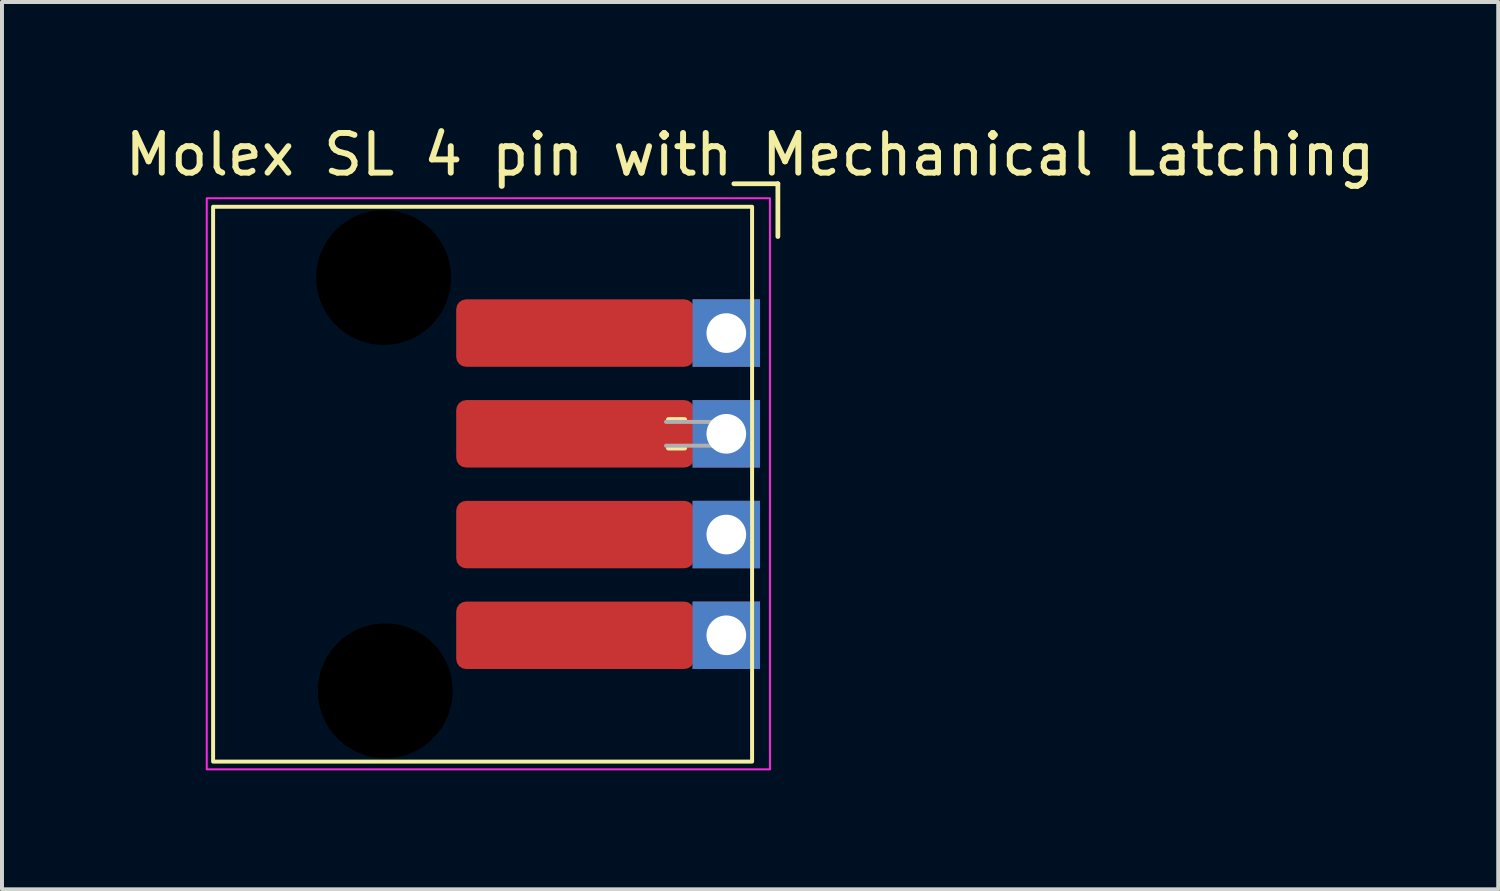
<source format=kicad_pcb>
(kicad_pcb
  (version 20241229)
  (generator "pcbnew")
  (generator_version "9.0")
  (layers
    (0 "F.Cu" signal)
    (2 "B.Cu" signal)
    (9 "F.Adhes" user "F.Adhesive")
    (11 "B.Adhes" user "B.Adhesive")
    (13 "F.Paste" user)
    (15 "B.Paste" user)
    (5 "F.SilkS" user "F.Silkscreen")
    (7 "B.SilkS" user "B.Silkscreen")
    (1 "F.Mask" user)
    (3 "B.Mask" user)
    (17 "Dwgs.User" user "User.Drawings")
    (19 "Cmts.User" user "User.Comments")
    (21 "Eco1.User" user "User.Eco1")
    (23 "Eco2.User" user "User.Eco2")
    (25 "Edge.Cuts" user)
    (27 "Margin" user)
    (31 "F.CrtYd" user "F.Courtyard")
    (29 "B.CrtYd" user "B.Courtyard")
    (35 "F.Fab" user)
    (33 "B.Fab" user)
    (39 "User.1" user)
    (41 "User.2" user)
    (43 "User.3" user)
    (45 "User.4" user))
  (footprint "Molex SL 4 pin with Mechanical Latching"
    (layer "F.Cu")
    (at 15.263 5.348)
    (property "Reference" "Molex SL 4 pin with Mechanical Latching" (at 0.6 -4.5 180) (layer "F.SilkS") (effects (font (size 1 1) (thickness 0.15))))
    (attr through_hole)
    (fp_line (start -1.46 2.18) (end -1.05 2.18) (stroke (width 0.12) (type solid)) (layer "F.SilkS"))
    (fp_line (start -1.46 2.9) (end -1.05 2.9) (stroke (width 0.12) (type solid)) (layer "F.SilkS"))
    (fp_line (start 0.19 -3.765) (end 1.3 -3.765) (stroke (width 0.12) (type solid)) (layer "F.SilkS"))
    (fp_line (start 1.3 -3.765) (end 1.3 -2.435) (stroke (width 0.12) (type solid)) (layer "F.SilkS"))
    (fp_rect (start -12.94 -3.185) (end 0.65 10.805) (stroke (width 0.1) (type default)) (fill no) (layer "F.SilkS"))
    (fp_rect (start -13.1 -3.4) (end 1.1 11) (stroke (width 0.05) (type default)) (fill no) (layer "F.CrtYd"))
    (fp_line (start -1.52 2.84) (end 0 2.84) (stroke (width 0.1) (type solid)) (layer "F.Fab"))
    (fp_line (start 0 0.3) (end 0 -0.3) (stroke (width 0.1) (type solid)) (layer "F.Fab"))
    (fp_line (start 0 2.24) (end -1.52 2.24) (stroke (width 0.1) (type solid)) (layer "F.Fab"))
    (fp_line (start 0 2.84) (end 0 2.24) (stroke (width 0.1) (type solid)) (layer "F.Fab"))
    (pad "" np_thru_hole circle (at -8.64 -1.4) (size 3.4 3.4) (drill 3.4) (layers "*.Mask"))
    (pad "" np_thru_hole circle (at -8.6 9.02) (size 3.4 3.4) (drill 3.4) (layers "*.Mask"))
    (pad "1" smd roundrect (at -3.81 0) (size 6 1.7) (layers "F.Cu" "F.Mask") (roundrect_rratio 0.147))
    (pad "1" thru_hole rect (at 0 0) (size 1.7 1.7) (drill 1) (layers "*.Cu" "*.Mask"))
    (pad "2" smd roundrect (at -3.81 2.54) (size 6 1.7) (layers "F.Cu" "F.Mask") (roundrect_rratio 0.147))
    (pad "2" thru_hole rect (at 0 2.54) (size 1.7 1.7) (drill 1) (layers "*.Cu" "*.Mask"))
    (pad "3" smd roundrect (at -3.81 5.08) (size 6 1.7) (layers "F.Cu" "F.Mask") (roundrect_rratio 0.147))
    (pad "3" thru_hole rect (at 0 5.08) (size 1.7 1.7) (drill 1) (layers "*.Cu" "*.Mask"))
    (pad "4" smd roundrect (at -3.81 7.62) (size 6 1.7) (layers "F.Cu" "F.Mask") (roundrect_rratio 0.147))
    (pad "4" thru_hole rect (at 0 7.62) (size 1.7 1.7) (drill 1) (layers "*.Cu" "*.Mask")))
  (gr_rect
    (start -3 -3)
    (end 34.726 19.373)
    (stroke (width 0.1) (type default))
    (fill no)
    (layer "Edge.Cuts")))
</source>
